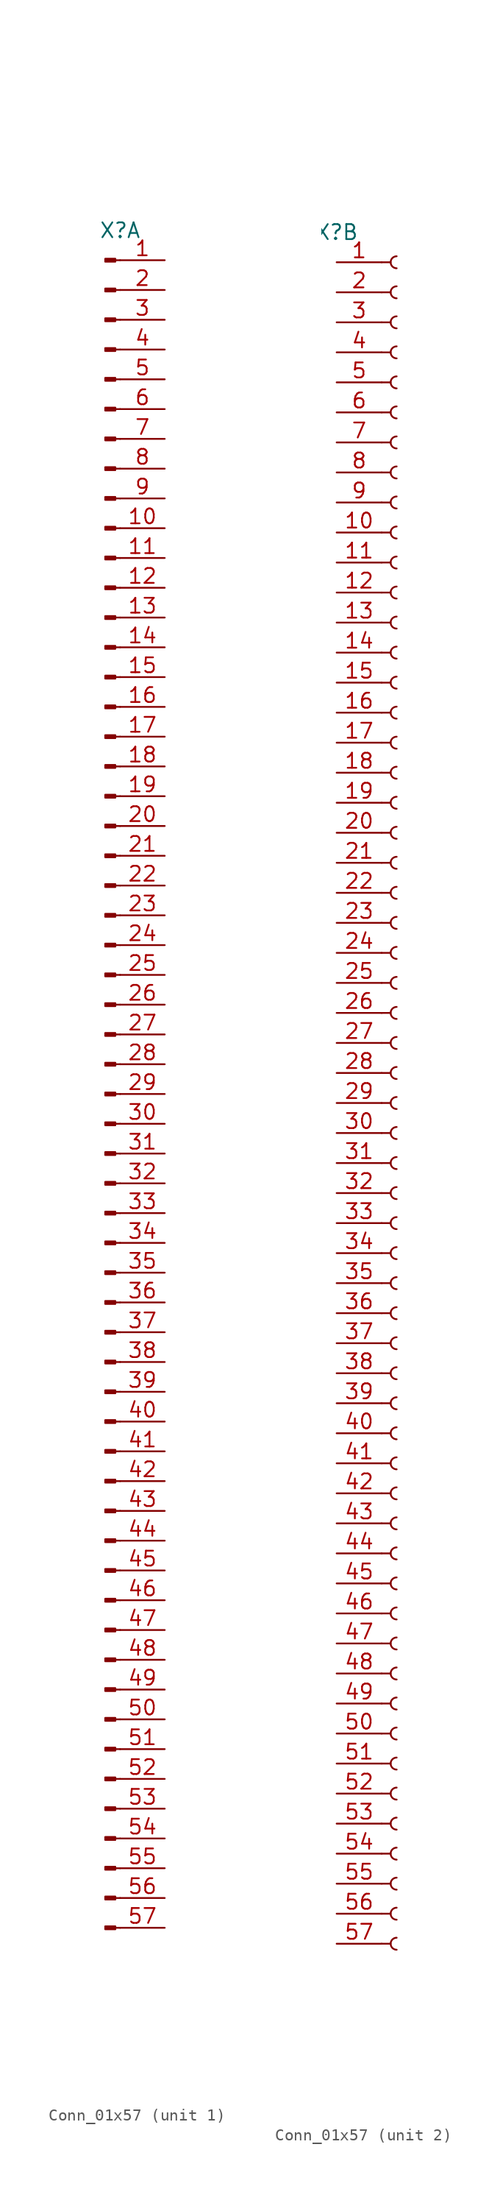
<source format=kicad_sym>
(kicad_symbol_lib
  (version 20241209)
  (generator "kicad_symbol_editor")
  (generator_version "9.0")
  (symbol "Conn_01x57"
    (pin_names
      (offset 1.016)
      (hide yes))
    (property "Reference" "X"
      (at 0 73.66 0)
      (effects (font (size 1.27 1.27))))
    (property "ki_locked" ""
      (at 0 0 0)
      (effects (font (size 1.27 1.27))))
    (symbol "Conn_01x57_1_1"
      (rectangle (start -0.406 71.247) (end -1.27 70.993) (stroke (width 0.152) (type default)) (fill (type outline)))
      (rectangle (start -0.406 68.707) (end -1.27 68.453) (stroke (width 0.152) (type default)) (fill (type outline)))
      (rectangle (start -0.406 66.167) (end -1.27 65.913) (stroke (width 0.152) (type default)) (fill (type outline)))
      (rectangle (start -0.406 63.627) (end -1.27 63.373) (stroke (width 0.152) (type default)) (fill (type outline)))
      (rectangle (start -0.406 61.087) (end -1.27 60.833) (stroke (width 0.152) (type default)) (fill (type outline)))
      (rectangle (start -0.406 58.547) (end -1.27 58.293) (stroke (width 0.152) (type default)) (fill (type outline)))
      (rectangle (start -0.406 56.007) (end -1.27 55.753) (stroke (width 0.152) (type default)) (fill (type outline)))
      (rectangle (start -0.406 53.467) (end -1.27 53.213) (stroke (width 0.152) (type default)) (fill (type outline)))
      (rectangle (start -0.406 50.927) (end -1.27 50.673) (stroke (width 0.152) (type default)) (fill (type outline)))
      (rectangle (start -0.406 48.387) (end -1.27 48.133) (stroke (width 0.152) (type default)) (fill (type outline)))
      (rectangle (start -0.406 45.847) (end -1.27 45.593) (stroke (width 0.152) (type default)) (fill (type outline)))
      (rectangle (start -0.406 43.307) (end -1.27 43.053) (stroke (width 0.152) (type default)) (fill (type outline)))
      (rectangle (start -0.406 40.767) (end -1.27 40.513) (stroke (width 0.152) (type default)) (fill (type outline)))
      (rectangle (start -0.406 38.227) (end -1.27 37.973) (stroke (width 0.152) (type default)) (fill (type outline)))
      (rectangle (start -0.406 35.687) (end -1.27 35.433) (stroke (width 0.152) (type default)) (fill (type outline)))
      (rectangle (start -0.406 33.147) (end -1.27 32.893) (stroke (width 0.152) (type default)) (fill (type outline)))
      (rectangle (start -0.406 30.607) (end -1.27 30.353) (stroke (width 0.152) (type default)) (fill (type outline)))
      (rectangle (start -0.406 28.067) (end -1.27 27.813) (stroke (width 0.152) (type default)) (fill (type outline)))
      (rectangle (start -0.406 25.527) (end -1.27 25.273) (stroke (width 0.152) (type default)) (fill (type outline)))
      (rectangle (start -0.406 22.987) (end -1.27 22.733) (stroke (width 0.152) (type default)) (fill (type outline)))
      (rectangle (start -0.406 20.447) (end -1.27 20.193) (stroke (width 0.152) (type default)) (fill (type outline)))
      (rectangle (start -0.406 17.907) (end -1.27 17.653) (stroke (width 0.152) (type default)) (fill (type outline)))
      (rectangle (start -0.406 15.367) (end -1.27 15.113) (stroke (width 0.152) (type default)) (fill (type outline)))
      (rectangle (start -0.406 12.827) (end -1.27 12.573) (stroke (width 0.152) (type default)) (fill (type outline)))
      (rectangle (start -0.406 10.287) (end -1.27 10.033) (stroke (width 0.152) (type default)) (fill (type outline)))
      (rectangle (start -0.406 7.747) (end -1.27 7.493) (stroke (width 0.152) (type default)) (fill (type outline)))
      (rectangle (start -0.406 5.207) (end -1.27 4.953) (stroke (width 0.152) (type default)) (fill (type outline)))
      (rectangle (start -0.406 2.667) (end -1.27 2.413) (stroke (width 0.152) (type default)) (fill (type outline)))
      (rectangle (start -0.406 0.127) (end -1.27 -0.127) (stroke (width 0.152) (type default)) (fill (type outline)))
      (rectangle (start -0.406 -2.413) (end -1.27 -2.667) (stroke (width 0.152) (type default)) (fill (type outline)))
      (rectangle (start -0.406 -4.953) (end -1.27 -5.207) (stroke (width 0.152) (type default)) (fill (type outline)))
      (rectangle (start -0.406 -7.493) (end -1.27 -7.747) (stroke (width 0.152) (type default)) (fill (type outline)))
      (rectangle (start -0.406 -10.033) (end -1.27 -10.287) (stroke (width 0.152) (type default)) (fill (type outline)))
      (rectangle (start -0.406 -12.573) (end -1.27 -12.827) (stroke (width 0.152) (type default)) (fill (type outline)))
      (rectangle (start -0.406 -15.113) (end -1.27 -15.367) (stroke (width 0.152) (type default)) (fill (type outline)))
      (rectangle (start -0.406 -17.653) (end -1.27 -17.907) (stroke (width 0.152) (type default)) (fill (type outline)))
      (rectangle (start -0.406 -20.193) (end -1.27 -20.447) (stroke (width 0.152) (type default)) (fill (type outline)))
      (rectangle (start -0.406 -22.733) (end -1.27 -22.987) (stroke (width 0.152) (type default)) (fill (type outline)))
      (rectangle (start -0.406 -25.273) (end -1.27 -25.527) (stroke (width 0.152) (type default)) (fill (type outline)))
      (rectangle (start -0.406 -27.813) (end -1.27 -28.067) (stroke (width 0.152) (type default)) (fill (type outline)))
      (rectangle (start -0.406 -30.353) (end -1.27 -30.607) (stroke (width 0.152) (type default)) (fill (type outline)))
      (rectangle (start -0.406 -32.893) (end -1.27 -33.147) (stroke (width 0.152) (type default)) (fill (type outline)))
      (rectangle (start -0.406 -35.433) (end -1.27 -35.687) (stroke (width 0.152) (type default)) (fill (type outline)))
      (rectangle (start -0.406 -37.973) (end -1.27 -38.227) (stroke (width 0.152) (type default)) (fill (type outline)))
      (rectangle (start -0.406 -40.513) (end -1.27 -40.767) (stroke (width 0.152) (type default)) (fill (type outline)))
      (rectangle (start -0.406 -43.053) (end -1.27 -43.307) (stroke (width 0.152) (type default)) (fill (type outline)))
      (rectangle (start -0.406 -45.593) (end -1.27 -45.847) (stroke (width 0.152) (type default)) (fill (type outline)))
      (rectangle (start -0.406 -48.133) (end -1.27 -48.387) (stroke (width 0.152) (type default)) (fill (type outline)))
      (rectangle (start -0.406 -50.673) (end -1.27 -50.927) (stroke (width 0.152) (type default)) (fill (type outline)))
      (rectangle (start -0.406 -53.213) (end -1.27 -53.467) (stroke (width 0.152) (type default)) (fill (type outline)))
      (rectangle (start -0.406 -55.753) (end -1.27 -56.007) (stroke (width 0.152) (type default)) (fill (type outline)))
      (rectangle (start -0.406 -58.293) (end -1.27 -58.547) (stroke (width 0.152) (type default)) (fill (type outline)))
      (rectangle (start -0.406 -60.833) (end -1.27 -61.087) (stroke (width 0.152) (type default)) (fill (type outline)))
      (rectangle (start -0.406 -63.373) (end -1.27 -63.627) (stroke (width 0.152) (type default)) (fill (type outline)))
      (rectangle (start -0.406 -65.913) (end -1.27 -66.167) (stroke (width 0.152) (type default)) (fill (type outline)))
      (rectangle (start -0.406 -68.453) (end -1.27 -68.707) (stroke (width 0.152) (type default)) (fill (type outline)))
      (rectangle (start -0.406 -70.993) (end -1.27 -71.247) (stroke (width 0.152) (type default)) (fill (type outline)))
      (polyline (pts (xy 0 71.12) (xy -0.406 71.12)) (stroke (width 0.152) (type default)) (fill (type none)))
      (polyline (pts (xy 0 68.58) (xy -0.406 68.58)) (stroke (width 0.152) (type default)) (fill (type none)))
      (polyline (pts (xy 0 66.04) (xy -0.406 66.04)) (stroke (width 0.152) (type default)) (fill (type none)))
      (polyline (pts (xy 0 63.5) (xy -0.406 63.5)) (stroke (width 0.152) (type default)) (fill (type none)))
      (polyline (pts (xy 0 60.96) (xy -0.406 60.96)) (stroke (width 0.152) (type default)) (fill (type none)))
      (polyline (pts (xy 0 58.42) (xy -0.406 58.42)) (stroke (width 0.152) (type default)) (fill (type none)))
      (polyline (pts (xy 0 55.88) (xy -0.406 55.88)) (stroke (width 0.152) (type default)) (fill (type none)))
      (polyline (pts (xy 0 53.34) (xy -0.406 53.34)) (stroke (width 0.152) (type default)) (fill (type none)))
      (polyline (pts (xy 0 50.8) (xy -0.406 50.8)) (stroke (width 0.152) (type default)) (fill (type none)))
      (polyline (pts (xy 0 48.26) (xy -0.406 48.26)) (stroke (width 0.152) (type default)) (fill (type none)))
      (polyline (pts (xy 0 45.72) (xy -0.406 45.72)) (stroke (width 0.152) (type default)) (fill (type none)))
      (polyline (pts (xy 0 43.18) (xy -0.406 43.18)) (stroke (width 0.152) (type default)) (fill (type none)))
      (polyline (pts (xy 0 40.64) (xy -0.406 40.64)) (stroke (width 0.152) (type default)) (fill (type none)))
      (polyline (pts (xy 0 38.1) (xy -0.406 38.1)) (stroke (width 0.152) (type default)) (fill (type none)))
      (polyline (pts (xy 0 35.56) (xy -0.406 35.56)) (stroke (width 0.152) (type default)) (fill (type none)))
      (polyline (pts (xy 0 33.02) (xy -0.406 33.02)) (stroke (width 0.152) (type default)) (fill (type none)))
      (polyline (pts (xy 0 30.48) (xy -0.406 30.48)) (stroke (width 0.152) (type default)) (fill (type none)))
      (polyline (pts (xy 0 27.94) (xy -0.406 27.94)) (stroke (width 0.152) (type default)) (fill (type none)))
      (polyline (pts (xy 0 25.4) (xy -0.406 25.4)) (stroke (width 0.152) (type default)) (fill (type none)))
      (polyline (pts (xy 0 22.86) (xy -0.406 22.86)) (stroke (width 0.152) (type default)) (fill (type none)))
      (polyline (pts (xy 0 20.32) (xy -0.406 20.32)) (stroke (width 0.152) (type default)) (fill (type none)))
      (polyline (pts (xy 0 17.78) (xy -0.406 17.78)) (stroke (width 0.152) (type default)) (fill (type none)))
      (polyline (pts (xy 0 15.24) (xy -0.406 15.24)) (stroke (width 0.152) (type default)) (fill (type none)))
      (polyline (pts (xy 0 12.7) (xy -0.406 12.7)) (stroke (width 0.152) (type default)) (fill (type none)))
      (polyline (pts (xy 0 10.16) (xy -0.406 10.16)) (stroke (width 0.152) (type default)) (fill (type none)))
      (polyline (pts (xy 0 7.62) (xy -0.406 7.62)) (stroke (width 0.152) (type default)) (fill (type none)))
      (polyline (pts (xy 0 5.08) (xy -0.406 5.08)) (stroke (width 0.152) (type default)) (fill (type none)))
      (polyline (pts (xy 0 2.54) (xy -0.406 2.54)) (stroke (width 0.152) (type default)) (fill (type none)))
      (polyline (pts (xy 0 0) (xy -0.406 0)) (stroke (width 0.152) (type default)) (fill (type none)))
      (polyline (pts (xy 0 -2.54) (xy -0.406 -2.54)) (stroke (width 0.152) (type default)) (fill (type none)))
      (polyline (pts (xy 0 -5.08) (xy -0.406 -5.08)) (stroke (width 0.152) (type default)) (fill (type none)))
      (polyline (pts (xy 0 -7.62) (xy -0.406 -7.62)) (stroke (width 0.152) (type default)) (fill (type none)))
      (polyline (pts (xy 0 -10.16) (xy -0.406 -10.16)) (stroke (width 0.152) (type default)) (fill (type none)))
      (polyline (pts (xy 0 -12.7) (xy -0.406 -12.7)) (stroke (width 0.152) (type default)) (fill (type none)))
      (polyline (pts (xy 0 -15.24) (xy -0.406 -15.24)) (stroke (width 0.152) (type default)) (fill (type none)))
      (polyline (pts (xy 0 -17.78) (xy -0.406 -17.78)) (stroke (width 0.152) (type default)) (fill (type none)))
      (polyline (pts (xy 0 -20.32) (xy -0.406 -20.32)) (stroke (width 0.152) (type default)) (fill (type none)))
      (polyline (pts (xy 0 -22.86) (xy -0.406 -22.86)) (stroke (width 0.152) (type default)) (fill (type none)))
      (polyline (pts (xy 0 -25.4) (xy -0.406 -25.4)) (stroke (width 0.152) (type default)) (fill (type none)))
      (polyline (pts (xy 0 -27.94) (xy -0.406 -27.94)) (stroke (width 0.152) (type default)) (fill (type none)))
      (polyline (pts (xy 0 -30.48) (xy -0.406 -30.48)) (stroke (width 0.152) (type default)) (fill (type none)))
      (polyline (pts (xy 0 -33.02) (xy -0.406 -33.02)) (stroke (width 0.152) (type default)) (fill (type none)))
      (polyline (pts (xy 0 -35.56) (xy -0.406 -35.56)) (stroke (width 0.152) (type default)) (fill (type none)))
      (polyline (pts (xy 0 -38.1) (xy -0.406 -38.1)) (stroke (width 0.152) (type default)) (fill (type none)))
      (polyline (pts (xy 0 -40.64) (xy -0.406 -40.64)) (stroke (width 0.152) (type default)) (fill (type none)))
      (polyline (pts (xy 0 -43.18) (xy -0.406 -43.18)) (stroke (width 0.152) (type default)) (fill (type none)))
      (polyline (pts (xy 0 -45.72) (xy -0.406 -45.72)) (stroke (width 0.152) (type default)) (fill (type none)))
      (polyline (pts (xy 0 -48.26) (xy -0.406 -48.26)) (stroke (width 0.152) (type default)) (fill (type none)))
      (polyline (pts (xy 0 -50.8) (xy -0.406 -50.8)) (stroke (width 0.152) (type default)) (fill (type none)))
      (polyline (pts (xy 0 -53.34) (xy -0.406 -53.34)) (stroke (width 0.152) (type default)) (fill (type none)))
      (polyline (pts (xy 0 -55.88) (xy -0.406 -55.88)) (stroke (width 0.152) (type default)) (fill (type none)))
      (polyline (pts (xy 0 -58.42) (xy -0.406 -58.42)) (stroke (width 0.152) (type default)) (fill (type none)))
      (polyline (pts (xy 0 -60.96) (xy -0.406 -60.96)) (stroke (width 0.152) (type default)) (fill (type none)))
      (polyline (pts (xy 0 -63.5) (xy -0.406 -63.5)) (stroke (width 0.152) (type default)) (fill (type none)))
      (polyline (pts (xy 0 -66.04) (xy -0.406 -66.04)) (stroke (width 0.152) (type default)) (fill (type none)))
      (polyline (pts (xy 0 -68.58) (xy -0.406 -68.58)) (stroke (width 0.152) (type default)) (fill (type none)))
      (polyline (pts (xy 0 -71.12) (xy -0.406 -71.12)) (stroke (width 0.152) (type default)) (fill (type none)))
      (pin passive line (at 3.81 71.12 180) (length 3.81) (name "Pin_1" (effects (font (size 1.27 1.27)))) (number "1" (effects (font (size 1.27 1.27)))))
      (pin passive line (at 3.81 68.58 180) (length 3.81) (name "Pin_2" (effects (font (size 1.27 1.27)))) (number "2" (effects (font (size 1.27 1.27)))))
      (pin passive line (at 3.81 66.04 180) (length 3.81) (name "Pin_3" (effects (font (size 1.27 1.27)))) (number "3" (effects (font (size 1.27 1.27)))))
      (pin passive line (at 3.81 63.5 180) (length 3.81) (name "Pin_4" (effects (font (size 1.27 1.27)))) (number "4" (effects (font (size 1.27 1.27)))))
      (pin passive line (at 3.81 60.96 180) (length 3.81) (name "Pin_5" (effects (font (size 1.27 1.27)))) (number "5" (effects (font (size 1.27 1.27)))))
      (pin passive line (at 3.81 58.42 180) (length 3.81) (name "Pin_6" (effects (font (size 1.27 1.27)))) (number "6" (effects (font (size 1.27 1.27)))))
      (pin passive line (at 3.81 55.88 180) (length 3.81) (name "Pin_7" (effects (font (size 1.27 1.27)))) (number "7" (effects (font (size 1.27 1.27)))))
      (pin passive line (at 3.81 53.34 180) (length 3.81) (name "Pin_8" (effects (font (size 1.27 1.27)))) (number "8" (effects (font (size 1.27 1.27)))))
      (pin passive line (at 3.81 50.8 180) (length 3.81) (name "Pin_9" (effects (font (size 1.27 1.27)))) (number "9" (effects (font (size 1.27 1.27)))))
      (pin passive line (at 3.81 48.26 180) (length 3.81) (name "Pin_10" (effects (font (size 1.27 1.27)))) (number "10" (effects (font (size 1.27 1.27)))))
      (pin passive line (at 3.81 45.72 180) (length 3.81) (name "Pin_11" (effects (font (size 1.27 1.27)))) (number "11" (effects (font (size 1.27 1.27)))))
      (pin passive line (at 3.81 43.18 180) (length 3.81) (name "Pin_12" (effects (font (size 1.27 1.27)))) (number "12" (effects (font (size 1.27 1.27)))))
      (pin passive line (at 3.81 40.64 180) (length 3.81) (name "Pin_13" (effects (font (size 1.27 1.27)))) (number "13" (effects (font (size 1.27 1.27)))))
      (pin passive line (at 3.81 38.1 180) (length 3.81) (name "Pin_14" (effects (font (size 1.27 1.27)))) (number "14" (effects (font (size 1.27 1.27)))))
      (pin passive line (at 3.81 35.56 180) (length 3.81) (name "Pin_15" (effects (font (size 1.27 1.27)))) (number "15" (effects (font (size 1.27 1.27)))))
      (pin passive line (at 3.81 33.02 180) (length 3.81) (name "Pin_16" (effects (font (size 1.27 1.27)))) (number "16" (effects (font (size 1.27 1.27)))))
      (pin passive line (at 3.81 30.48 180) (length 3.81) (name "Pin_17" (effects (font (size 1.27 1.27)))) (number "17" (effects (font (size 1.27 1.27)))))
      (pin passive line (at 3.81 27.94 180) (length 3.81) (name "Pin_18" (effects (font (size 1.27 1.27)))) (number "18" (effects (font (size 1.27 1.27)))))
      (pin passive line (at 3.81 25.4 180) (length 3.81) (name "Pin_19" (effects (font (size 1.27 1.27)))) (number "19" (effects (font (size 1.27 1.27)))))
      (pin passive line (at 3.81 22.86 180) (length 3.81) (name "Pin_20" (effects (font (size 1.27 1.27)))) (number "20" (effects (font (size 1.27 1.27)))))
      (pin passive line (at 3.81 20.32 180) (length 3.81) (name "Pin_21" (effects (font (size 1.27 1.27)))) (number "21" (effects (font (size 1.27 1.27)))))
      (pin passive line (at 3.81 17.78 180) (length 3.81) (name "Pin_22" (effects (font (size 1.27 1.27)))) (number "22" (effects (font (size 1.27 1.27)))))
      (pin passive line (at 3.81 15.24 180) (length 3.81) (name "Pin_23" (effects (font (size 1.27 1.27)))) (number "23" (effects (font (size 1.27 1.27)))))
      (pin passive line (at 3.81 12.7 180) (length 3.81) (name "Pin_24" (effects (font (size 1.27 1.27)))) (number "24" (effects (font (size 1.27 1.27)))))
      (pin passive line (at 3.81 10.16 180) (length 3.81) (name "Pin_25" (effects (font (size 1.27 1.27)))) (number "25" (effects (font (size 1.27 1.27)))))
      (pin passive line (at 3.81 7.62 180) (length 3.81) (name "Pin_26" (effects (font (size 1.27 1.27)))) (number "26" (effects (font (size 1.27 1.27)))))
      (pin passive line (at 3.81 5.08 180) (length 3.81) (name "Pin_27" (effects (font (size 1.27 1.27)))) (number "27" (effects (font (size 1.27 1.27)))))
      (pin passive line (at 3.81 2.54 180) (length 3.81) (name "Pin_28" (effects (font (size 1.27 1.27)))) (number "28" (effects (font (size 1.27 1.27)))))
      (pin passive line (at 3.81 0 180) (length 3.81) (name "Pin_29" (effects (font (size 1.27 1.27)))) (number "29" (effects (font (size 1.27 1.27)))))
      (pin passive line (at 3.81 -2.54 180) (length 3.81) (name "Pin_30" (effects (font (size 1.27 1.27)))) (number "30" (effects (font (size 1.27 1.27)))))
      (pin passive line (at 3.81 -5.08 180) (length 3.81) (name "Pin_31" (effects (font (size 1.27 1.27)))) (number "31" (effects (font (size 1.27 1.27)))))
      (pin passive line (at 3.81 -7.62 180) (length 3.81) (name "Pin_32" (effects (font (size 1.27 1.27)))) (number "32" (effects (font (size 1.27 1.27)))))
      (pin passive line (at 3.81 -10.16 180) (length 3.81) (name "Pin_33" (effects (font (size 1.27 1.27)))) (number "33" (effects (font (size 1.27 1.27)))))
      (pin passive line (at 3.81 -12.7 180) (length 3.81) (name "Pin_34" (effects (font (size 1.27 1.27)))) (number "34" (effects (font (size 1.27 1.27)))))
      (pin passive line (at 3.81 -15.24 180) (length 3.81) (name "Pin_35" (effects (font (size 1.27 1.27)))) (number "35" (effects (font (size 1.27 1.27)))))
      (pin passive line (at 3.81 -17.78 180) (length 3.81) (name "Pin_36" (effects (font (size 1.27 1.27)))) (number "36" (effects (font (size 1.27 1.27)))))
      (pin passive line (at 3.81 -20.32 180) (length 3.81) (name "Pin_37" (effects (font (size 1.27 1.27)))) (number "37" (effects (font (size 1.27 1.27)))))
      (pin passive line (at 3.81 -22.86 180) (length 3.81) (name "Pin_38" (effects (font (size 1.27 1.27)))) (number "38" (effects (font (size 1.27 1.27)))))
      (pin passive line (at 3.81 -25.4 180) (length 3.81) (name "Pin_39" (effects (font (size 1.27 1.27)))) (number "39" (effects (font (size 1.27 1.27)))))
      (pin passive line (at 3.81 -27.94 180) (length 3.81) (name "Pin_40" (effects (font (size 1.27 1.27)))) (number "40" (effects (font (size 1.27 1.27)))))
      (pin passive line (at 3.81 -30.48 180) (length 3.81) (name "Pin_41" (effects (font (size 1.27 1.27)))) (number "41" (effects (font (size 1.27 1.27)))))
      (pin passive line (at 3.81 -33.02 180) (length 3.81) (name "Pin_42" (effects (font (size 1.27 1.27)))) (number "42" (effects (font (size 1.27 1.27)))))
      (pin passive line (at 3.81 -35.56 180) (length 3.81) (name "Pin_43" (effects (font (size 1.27 1.27)))) (number "43" (effects (font (size 1.27 1.27)))))
      (pin passive line (at 3.81 -38.1 180) (length 3.81) (name "Pin_44" (effects (font (size 1.27 1.27)))) (number "44" (effects (font (size 1.27 1.27)))))
      (pin passive line (at 3.81 -40.64 180) (length 3.81) (name "Pin_45" (effects (font (size 1.27 1.27)))) (number "45" (effects (font (size 1.27 1.27)))))
      (pin passive line (at 3.81 -43.18 180) (length 3.81) (name "Pin_46" (effects (font (size 1.27 1.27)))) (number "46" (effects (font (size 1.27 1.27)))))
      (pin passive line (at 3.81 -45.72 180) (length 3.81) (name "Pin_47" (effects (font (size 1.27 1.27)))) (number "47" (effects (font (size 1.27 1.27)))))
      (pin passive line (at 3.81 -48.26 180) (length 3.81) (name "Pin_48" (effects (font (size 1.27 1.27)))) (number "48" (effects (font (size 1.27 1.27)))))
      (pin passive line (at 3.81 -50.8 180) (length 3.81) (name "Pin_49" (effects (font (size 1.27 1.27)))) (number "49" (effects (font (size 1.27 1.27)))))
      (pin passive line (at 3.81 -53.34 180) (length 3.81) (name "Pin_50" (effects (font (size 1.27 1.27)))) (number "50" (effects (font (size 1.27 1.27)))))
      (pin passive line (at 3.81 -55.88 180) (length 3.81) (name "Pin_51" (effects (font (size 1.27 1.27)))) (number "51" (effects (font (size 1.27 1.27)))))
      (pin passive line (at 3.81 -58.42 180) (length 3.81) (name "Pin_52" (effects (font (size 1.27 1.27)))) (number "52" (effects (font (size 1.27 1.27)))))
      (pin passive line (at 3.81 -60.96 180) (length 3.81) (name "Pin_53" (effects (font (size 1.27 1.27)))) (number "53" (effects (font (size 1.27 1.27)))))
      (pin passive line (at 3.81 -63.5 180) (length 3.81) (name "Pin_54" (effects (font (size 1.27 1.27)))) (number "54" (effects (font (size 1.27 1.27)))))
      (pin passive line (at 3.81 -66.04 180) (length 3.81) (name "Pin_55" (effects (font (size 1.27 1.27)))) (number "55" (effects (font (size 1.27 1.27)))))
      (pin passive line (at 3.81 -68.58 180) (length 3.81) (name "Pin_56" (effects (font (size 1.27 1.27)))) (number "56" (effects (font (size 1.27 1.27)))))
      (pin passive line (at 3.81 -71.12 180) (length 3.81) (name "Pin_57" (effects (font (size 1.27 1.27)))) (number "57" (effects (font (size 1.27 1.27))))))
    (symbol "Conn_01x57_2_1"
      (polyline (pts (xy 3.81 71.12) (xy 4.572 71.12)) (stroke (width 0.152) (type default)) (fill (type none)))
      (polyline (pts (xy 3.81 68.58) (xy 4.572 68.58)) (stroke (width 0.152) (type default)) (fill (type none)))
      (polyline (pts (xy 3.81 66.04) (xy 4.572 66.04)) (stroke (width 0.152) (type default)) (fill (type none)))
      (polyline (pts (xy 3.81 63.5) (xy 4.572 63.5)) (stroke (width 0.152) (type default)) (fill (type none)))
      (polyline (pts (xy 3.81 60.96) (xy 4.572 60.96)) (stroke (width 0.152) (type default)) (fill (type none)))
      (polyline (pts (xy 3.81 58.42) (xy 4.572 58.42)) (stroke (width 0.152) (type default)) (fill (type none)))
      (polyline (pts (xy 3.81 55.88) (xy 4.572 55.88)) (stroke (width 0.152) (type default)) (fill (type none)))
      (polyline (pts (xy 3.81 53.34) (xy 4.572 53.34)) (stroke (width 0.152) (type default)) (fill (type none)))
      (polyline (pts (xy 3.81 50.8) (xy 4.572 50.8)) (stroke (width 0.152) (type default)) (fill (type none)))
      (polyline (pts (xy 3.81 48.26) (xy 4.572 48.26)) (stroke (width 0.152) (type default)) (fill (type none)))
      (polyline (pts (xy 3.81 45.72) (xy 4.572 45.72)) (stroke (width 0.152) (type default)) (fill (type none)))
      (polyline (pts (xy 3.81 43.18) (xy 4.572 43.18)) (stroke (width 0.152) (type default)) (fill (type none)))
      (polyline (pts (xy 3.81 40.64) (xy 4.572 40.64)) (stroke (width 0.152) (type default)) (fill (type none)))
      (polyline (pts (xy 3.81 38.1) (xy 4.572 38.1)) (stroke (width 0.152) (type default)) (fill (type none)))
      (polyline (pts (xy 3.81 35.56) (xy 4.572 35.56)) (stroke (width 0.152) (type default)) (fill (type none)))
      (polyline (pts (xy 3.81 33.02) (xy 4.572 33.02)) (stroke (width 0.152) (type default)) (fill (type none)))
      (polyline (pts (xy 3.81 30.48) (xy 4.572 30.48)) (stroke (width 0.152) (type default)) (fill (type none)))
      (polyline (pts (xy 3.81 27.94) (xy 4.572 27.94)) (stroke (width 0.152) (type default)) (fill (type none)))
      (polyline (pts (xy 3.81 25.4) (xy 4.572 25.4)) (stroke (width 0.152) (type default)) (fill (type none)))
      (polyline (pts (xy 3.81 22.86) (xy 4.572 22.86)) (stroke (width 0.152) (type default)) (fill (type none)))
      (polyline (pts (xy 3.81 20.32) (xy 4.572 20.32)) (stroke (width 0.152) (type default)) (fill (type none)))
      (polyline (pts (xy 3.81 17.78) (xy 4.572 17.78)) (stroke (width 0.152) (type default)) (fill (type none)))
      (polyline (pts (xy 3.81 15.24) (xy 4.572 15.24)) (stroke (width 0.152) (type default)) (fill (type none)))
      (polyline (pts (xy 3.81 12.7) (xy 4.572 12.7)) (stroke (width 0.152) (type default)) (fill (type none)))
      (polyline (pts (xy 3.81 10.16) (xy 4.572 10.16)) (stroke (width 0.152) (type default)) (fill (type none)))
      (polyline (pts (xy 3.81 7.62) (xy 4.572 7.62)) (stroke (width 0.152) (type default)) (fill (type none)))
      (polyline (pts (xy 3.81 5.08) (xy 4.572 5.08)) (stroke (width 0.152) (type default)) (fill (type none)))
      (polyline (pts (xy 3.81 2.54) (xy 4.572 2.54)) (stroke (width 0.152) (type default)) (fill (type none)))
      (polyline (pts (xy 3.81 0) (xy 4.572 0)) (stroke (width 0.152) (type default)) (fill (type none)))
      (polyline (pts (xy 3.81 -2.54) (xy 4.572 -2.54)) (stroke (width 0.152) (type default)) (fill (type none)))
      (polyline (pts (xy 3.81 -5.08) (xy 4.572 -5.08)) (stroke (width 0.152) (type default)) (fill (type none)))
      (polyline (pts (xy 3.81 -7.62) (xy 4.572 -7.62)) (stroke (width 0.152) (type default)) (fill (type none)))
      (polyline (pts (xy 3.81 -10.16) (xy 4.572 -10.16)) (stroke (width 0.152) (type default)) (fill (type none)))
      (polyline (pts (xy 3.81 -12.7) (xy 4.572 -12.7)) (stroke (width 0.152) (type default)) (fill (type none)))
      (polyline (pts (xy 3.81 -15.24) (xy 4.572 -15.24)) (stroke (width 0.152) (type default)) (fill (type none)))
      (polyline (pts (xy 3.81 -17.78) (xy 4.572 -17.78)) (stroke (width 0.152) (type default)) (fill (type none)))
      (polyline (pts (xy 3.81 -20.32) (xy 4.572 -20.32)) (stroke (width 0.152) (type default)) (fill (type none)))
      (polyline (pts (xy 3.81 -22.86) (xy 4.572 -22.86)) (stroke (width 0.152) (type default)) (fill (type none)))
      (polyline (pts (xy 3.81 -25.4) (xy 4.572 -25.4)) (stroke (width 0.152) (type default)) (fill (type none)))
      (polyline (pts (xy 3.81 -27.94) (xy 4.572 -27.94)) (stroke (width 0.152) (type default)) (fill (type none)))
      (polyline (pts (xy 3.81 -30.48) (xy 4.572 -30.48)) (stroke (width 0.152) (type default)) (fill (type none)))
      (polyline (pts (xy 3.81 -33.02) (xy 4.572 -33.02)) (stroke (width 0.152) (type default)) (fill (type none)))
      (polyline (pts (xy 3.81 -35.56) (xy 4.572 -35.56)) (stroke (width 0.152) (type default)) (fill (type none)))
      (polyline (pts (xy 3.81 -38.1) (xy 4.572 -38.1)) (stroke (width 0.152) (type default)) (fill (type none)))
      (polyline (pts (xy 3.81 -40.64) (xy 4.572 -40.64)) (stroke (width 0.152) (type default)) (fill (type none)))
      (polyline (pts (xy 3.81 -43.18) (xy 4.572 -43.18)) (stroke (width 0.152) (type default)) (fill (type none)))
      (polyline (pts (xy 3.81 -45.72) (xy 4.572 -45.72)) (stroke (width 0.152) (type default)) (fill (type none)))
      (polyline (pts (xy 3.81 -48.26) (xy 4.572 -48.26)) (stroke (width 0.152) (type default)) (fill (type none)))
      (polyline (pts (xy 3.81 -50.8) (xy 4.572 -50.8)) (stroke (width 0.152) (type default)) (fill (type none)))
      (polyline (pts (xy 3.81 -53.34) (xy 4.572 -53.34)) (stroke (width 0.152) (type default)) (fill (type none)))
      (polyline (pts (xy 3.81 -55.88) (xy 4.572 -55.88)) (stroke (width 0.152) (type default)) (fill (type none)))
      (polyline (pts (xy 3.81 -58.42) (xy 4.572 -58.42)) (stroke (width 0.152) (type default)) (fill (type none)))
      (polyline (pts (xy 3.81 -60.96) (xy 4.572 -60.96)) (stroke (width 0.152) (type default)) (fill (type none)))
      (polyline (pts (xy 3.81 -63.5) (xy 4.572 -63.5)) (stroke (width 0.152) (type default)) (fill (type none)))
      (polyline (pts (xy 3.81 -66.04) (xy 4.572 -66.04)) (stroke (width 0.152) (type default)) (fill (type none)))
      (polyline (pts (xy 3.81 -68.58) (xy 4.572 -68.58)) (stroke (width 0.152) (type default)) (fill (type none)))
      (polyline (pts (xy 3.81 -71.12) (xy 4.572 -71.12)) (stroke (width 0.152) (type default)) (fill (type none)))
      (arc (start 5.08 70.612) (mid 4.5742 71.12) (end 5.08 71.628) (stroke (width 0.1524) (type default)) (fill (type none)))
      (arc (start 5.08 68.072) (mid 4.5742 68.58) (end 5.08 69.088) (stroke (width 0.1524) (type default)) (fill (type none)))
      (arc (start 5.08 65.532) (mid 4.5742 66.04) (end 5.08 66.548) (stroke (width 0.1524) (type default)) (fill (type none)))
      (arc (start 5.08 62.992) (mid 4.5742 63.5) (end 5.08 64.008) (stroke (width 0.1524) (type default)) (fill (type none)))
      (arc (start 5.08 60.452) (mid 4.5742 60.96) (end 5.08 61.468) (stroke (width 0.1524) (type default)) (fill (type none)))
      (arc (start 5.08 57.912) (mid 4.5742 58.42) (end 5.08 58.928) (stroke (width 0.1524) (type default)) (fill (type none)))
      (arc (start 5.08 55.372) (mid 4.5742 55.88) (end 5.08 56.388) (stroke (width 0.1524) (type default)) (fill (type none)))
      (arc (start 5.08 52.832) (mid 4.5742 53.34) (end 5.08 53.848) (stroke (width 0.1524) (type default)) (fill (type none)))
      (arc (start 5.08 50.292) (mid 4.5742 50.8) (end 5.08 51.308) (stroke (width 0.1524) (type default)) (fill (type none)))
      (arc (start 5.08 47.752) (mid 4.5742 48.26) (end 5.08 48.768) (stroke (width 0.1524) (type default)) (fill (type none)))
      (arc (start 5.08 45.212) (mid 4.5742 45.72) (end 5.08 46.228) (stroke (width 0.1524) (type default)) (fill (type none)))
      (arc (start 5.08 42.672) (mid 4.5742 43.18) (end 5.08 43.688) (stroke (width 0.1524) (type default)) (fill (type none)))
      (arc (start 5.08 40.132) (mid 4.5742 40.64) (end 5.08 41.148) (stroke (width 0.1524) (type default)) (fill (type none)))
      (arc (start 5.08 37.592) (mid 4.5742 38.1) (end 5.08 38.608) (stroke (width 0.1524) (type default)) (fill (type none)))
      (arc (start 5.08 35.052) (mid 4.5742 35.56) (end 5.08 36.068) (stroke (width 0.1524) (type default)) (fill (type none)))
      (arc (start 5.08 32.512) (mid 4.5742 33.02) (end 5.08 33.528) (stroke (width 0.1524) (type default)) (fill (type none)))
      (arc (start 5.08 29.972) (mid 4.5742 30.48) (end 5.08 30.988) (stroke (width 0.1524) (type default)) (fill (type none)))
      (arc (start 5.08 27.432) (mid 4.5742 27.94) (end 5.08 28.448) (stroke (width 0.1524) (type default)) (fill (type none)))
      (arc (start 5.08 24.892) (mid 4.5742 25.4) (end 5.08 25.908) (stroke (width 0.1524) (type default)) (fill (type none)))
      (arc (start 5.08 22.352) (mid 4.5742 22.86) (end 5.08 23.368) (stroke (width 0.1524) (type default)) (fill (type none)))
      (arc (start 5.08 19.812) (mid 4.5742 20.32) (end 5.08 20.828) (stroke (width 0.1524) (type default)) (fill (type none)))
      (arc (start 5.08 17.272) (mid 4.5742 17.78) (end 5.08 18.288) (stroke (width 0.1524) (type default)) (fill (type none)))
      (arc (start 5.08 14.732) (mid 4.5742 15.24) (end 5.08 15.748) (stroke (width 0.1524) (type default)) (fill (type none)))
      (arc (start 5.08 12.192) (mid 4.5742 12.7) (end 5.08 13.208) (stroke (width 0.1524) (type default)) (fill (type none)))
      (arc (start 5.08 9.652) (mid 4.5742 10.16) (end 5.08 10.668) (stroke (width 0.1524) (type default)) (fill (type none)))
      (arc (start 5.08 7.112) (mid 4.5742 7.62) (end 5.08 8.128) (stroke (width 0.1524) (type default)) (fill (type none)))
      (arc (start 5.08 4.572) (mid 4.5742 5.08) (end 5.08 5.588) (stroke (width 0.1524) (type default)) (fill (type none)))
      (arc (start 5.08 2.032) (mid 4.5742 2.54) (end 5.08 3.048) (stroke (width 0.1524) (type default)) (fill (type none)))
      (arc (start 5.08 -0.508) (mid 4.5742 0) (end 5.08 0.508) (stroke (width 0.1524) (type default)) (fill (type none)))
      (arc (start 5.08 -3.048) (mid 4.5742 -2.54) (end 5.08 -2.032) (stroke (width 0.1524) (type default)) (fill (type none)))
      (arc (start 5.08 -5.588) (mid 4.5742 -5.08) (end 5.08 -4.572) (stroke (width 0.1524) (type default)) (fill (type none)))
      (arc (start 5.08 -8.128) (mid 4.5742 -7.62) (end 5.08 -7.112) (stroke (width 0.1524) (type default)) (fill (type none)))
      (arc (start 5.08 -10.668) (mid 4.5742 -10.16) (end 5.08 -9.652) (stroke (width 0.1524) (type default)) (fill (type none)))
      (arc (start 5.08 -13.208) (mid 4.5742 -12.7) (end 5.08 -12.192) (stroke (width 0.1524) (type default)) (fill (type none)))
      (arc (start 5.08 -15.748) (mid 4.5742 -15.24) (end 5.08 -14.732) (stroke (width 0.1524) (type default)) (fill (type none)))
      (arc (start 5.08 -18.288) (mid 4.5742 -17.78) (end 5.08 -17.272) (stroke (width 0.1524) (type default)) (fill (type none)))
      (arc (start 5.08 -20.828) (mid 4.5742 -20.32) (end 5.08 -19.812) (stroke (width 0.1524) (type default)) (fill (type none)))
      (arc (start 5.08 -23.368) (mid 4.5742 -22.86) (end 5.08 -22.352) (stroke (width 0.1524) (type default)) (fill (type none)))
      (arc (start 5.08 -25.908) (mid 4.5742 -25.4) (end 5.08 -24.892) (stroke (width 0.1524) (type default)) (fill (type none)))
      (arc (start 5.08 -28.448) (mid 4.5742 -27.94) (end 5.08 -27.432) (stroke (width 0.1524) (type default)) (fill (type none)))
      (arc (start 5.08 -30.988) (mid 4.5742 -30.48) (end 5.08 -29.972) (stroke (width 0.1524) (type default)) (fill (type none)))
      (arc (start 5.08 -33.528) (mid 4.5742 -33.02) (end 5.08 -32.512) (stroke (width 0.1524) (type default)) (fill (type none)))
      (arc (start 5.08 -36.068) (mid 4.5742 -35.56) (end 5.08 -35.052) (stroke (width 0.1524) (type default)) (fill (type none)))
      (arc (start 5.08 -38.608) (mid 4.5742 -38.1) (end 5.08 -37.592) (stroke (width 0.1524) (type default)) (fill (type none)))
      (arc (start 5.08 -41.148) (mid 4.5742 -40.64) (end 5.08 -40.132) (stroke (width 0.1524) (type default)) (fill (type none)))
      (arc (start 5.08 -43.688) (mid 4.5742 -43.18) (end 5.08 -42.672) (stroke (width 0.1524) (type default)) (fill (type none)))
      (arc (start 5.08 -46.228) (mid 4.5742 -45.72) (end 5.08 -45.212) (stroke (width 0.1524) (type default)) (fill (type none)))
      (arc (start 5.08 -48.768) (mid 4.5742 -48.26) (end 5.08 -47.752) (stroke (width 0.1524) (type default)) (fill (type none)))
      (arc (start 5.08 -51.308) (mid 4.5742 -50.8) (end 5.08 -50.292) (stroke (width 0.1524) (type default)) (fill (type none)))
      (arc (start 5.08 -53.848) (mid 4.5742 -53.34) (end 5.08 -52.832) (stroke (width 0.1524) (type default)) (fill (type none)))
      (arc (start 5.08 -56.388) (mid 4.5742 -55.88) (end 5.08 -55.372) (stroke (width 0.1524) (type default)) (fill (type none)))
      (arc (start 5.08 -58.928) (mid 4.5742 -58.42) (end 5.08 -57.912) (stroke (width 0.1524) (type default)) (fill (type none)))
      (arc (start 5.08 -61.468) (mid 4.5742 -60.96) (end 5.08 -60.452) (stroke (width 0.1524) (type default)) (fill (type none)))
      (arc (start 5.08 -64.008) (mid 4.5742 -63.5) (end 5.08 -62.992) (stroke (width 0.1524) (type default)) (fill (type none)))
      (arc (start 5.08 -66.548) (mid 4.5742 -66.04) (end 5.08 -65.532) (stroke (width 0.1524) (type default)) (fill (type none)))
      (arc (start 5.08 -69.088) (mid 4.5742 -68.58) (end 5.08 -68.072) (stroke (width 0.1524) (type default)) (fill (type none)))
      (arc (start 5.08 -71.628) (mid 4.5742 -71.12) (end 5.08 -70.612) (stroke (width 0.1524) (type default)) (fill (type none)))
      (pin passive line (at 0 71.12 0) (length 3.81) (name "Pin_1" (effects (font (size 1.27 1.27)))) (number "1" (effects (font (size 1.27 1.27)))))
      (pin passive line (at 0 68.58 0) (length 3.81) (name "Pin_2" (effects (font (size 1.27 1.27)))) (number "2" (effects (font (size 1.27 1.27)))))
      (pin passive line (at 0 66.04 0) (length 3.81) (name "Pin_3" (effects (font (size 1.27 1.27)))) (number "3" (effects (font (size 1.27 1.27)))))
      (pin passive line (at 0 63.5 0) (length 3.81) (name "Pin_4" (effects (font (size 1.27 1.27)))) (number "4" (effects (font (size 1.27 1.27)))))
      (pin passive line (at 0 60.96 0) (length 3.81) (name "Pin_5" (effects (font (size 1.27 1.27)))) (number "5" (effects (font (size 1.27 1.27)))))
      (pin passive line (at 0 58.42 0) (length 3.81) (name "Pin_6" (effects (font (size 1.27 1.27)))) (number "6" (effects (font (size 1.27 1.27)))))
      (pin passive line (at 0 55.88 0) (length 3.81) (name "Pin_7" (effects (font (size 1.27 1.27)))) (number "7" (effects (font (size 1.27 1.27)))))
      (pin passive line (at 0 53.34 0) (length 3.81) (name "Pin_8" (effects (font (size 1.27 1.27)))) (number "8" (effects (font (size 1.27 1.27)))))
      (pin passive line (at 0 50.8 0) (length 3.81) (name "Pin_9" (effects (font (size 1.27 1.27)))) (number "9" (effects (font (size 1.27 1.27)))))
      (pin passive line (at 0 48.26 0) (length 3.81) (name "Pin_10" (effects (font (size 1.27 1.27)))) (number "10" (effects (font (size 1.27 1.27)))))
      (pin passive line (at 0 45.72 0) (length 3.81) (name "Pin_11" (effects (font (size 1.27 1.27)))) (number "11" (effects (font (size 1.27 1.27)))))
      (pin passive line (at 0 43.18 0) (length 3.81) (name "Pin_12" (effects (font (size 1.27 1.27)))) (number "12" (effects (font (size 1.27 1.27)))))
      (pin passive line (at 0 40.64 0) (length 3.81) (name "Pin_13" (effects (font (size 1.27 1.27)))) (number "13" (effects (font (size 1.27 1.27)))))
      (pin passive line (at 0 38.1 0) (length 3.81) (name "Pin_14" (effects (font (size 1.27 1.27)))) (number "14" (effects (font (size 1.27 1.27)))))
      (pin passive line (at 0 35.56 0) (length 3.81) (name "Pin_15" (effects (font (size 1.27 1.27)))) (number "15" (effects (font (size 1.27 1.27)))))
      (pin passive line (at 0 33.02 0) (length 3.81) (name "Pin_16" (effects (font (size 1.27 1.27)))) (number "16" (effects (font (size 1.27 1.27)))))
      (pin passive line (at 0 30.48 0) (length 3.81) (name "Pin_17" (effects (font (size 1.27 1.27)))) (number "17" (effects (font (size 1.27 1.27)))))
      (pin passive line (at 0 27.94 0) (length 3.81) (name "Pin_18" (effects (font (size 1.27 1.27)))) (number "18" (effects (font (size 1.27 1.27)))))
      (pin passive line (at 0 25.4 0) (length 3.81) (name "Pin_19" (effects (font (size 1.27 1.27)))) (number "19" (effects (font (size 1.27 1.27)))))
      (pin passive line (at 0 22.86 0) (length 3.81) (name "Pin_20" (effects (font (size 1.27 1.27)))) (number "20" (effects (font (size 1.27 1.27)))))
      (pin passive line (at 0 20.32 0) (length 3.81) (name "Pin_21" (effects (font (size 1.27 1.27)))) (number "21" (effects (font (size 1.27 1.27)))))
      (pin passive line (at 0 17.78 0) (length 3.81) (name "Pin_22" (effects (font (size 1.27 1.27)))) (number "22" (effects (font (size 1.27 1.27)))))
      (pin passive line (at 0 15.24 0) (length 3.81) (name "Pin_23" (effects (font (size 1.27 1.27)))) (number "23" (effects (font (size 1.27 1.27)))))
      (pin passive line (at 0 12.7 0) (length 3.81) (name "Pin_24" (effects (font (size 1.27 1.27)))) (number "24" (effects (font (size 1.27 1.27)))))
      (pin passive line (at 0 10.16 0) (length 3.81) (name "Pin_25" (effects (font (size 1.27 1.27)))) (number "25" (effects (font (size 1.27 1.27)))))
      (pin passive line (at 0 7.62 0) (length 3.81) (name "Pin_26" (effects (font (size 1.27 1.27)))) (number "26" (effects (font (size 1.27 1.27)))))
      (pin passive line (at 0 5.08 0) (length 3.81) (name "Pin_27" (effects (font (size 1.27 1.27)))) (number "27" (effects (font (size 1.27 1.27)))))
      (pin passive line (at 0 2.54 0) (length 3.81) (name "Pin_28" (effects (font (size 1.27 1.27)))) (number "28" (effects (font (size 1.27 1.27)))))
      (pin passive line (at 0 0 0) (length 3.81) (name "Pin_29" (effects (font (size 1.27 1.27)))) (number "29" (effects (font (size 1.27 1.27)))))
      (pin passive line (at 0 -2.54 0) (length 3.81) (name "Pin_30" (effects (font (size 1.27 1.27)))) (number "30" (effects (font (size 1.27 1.27)))))
      (pin passive line (at 0 -5.08 0) (length 3.81) (name "Pin_31" (effects (font (size 1.27 1.27)))) (number "31" (effects (font (size 1.27 1.27)))))
      (pin passive line (at 0 -7.62 0) (length 3.81) (name "Pin_32" (effects (font (size 1.27 1.27)))) (number "32" (effects (font (size 1.27 1.27)))))
      (pin passive line (at 0 -10.16 0) (length 3.81) (name "Pin_33" (effects (font (size 1.27 1.27)))) (number "33" (effects (font (size 1.27 1.27)))))
      (pin passive line (at 0 -12.7 0) (length 3.81) (name "Pin_34" (effects (font (size 1.27 1.27)))) (number "34" (effects (font (size 1.27 1.27)))))
      (pin passive line (at 0 -15.24 0) (length 3.81) (name "Pin_35" (effects (font (size 1.27 1.27)))) (number "35" (effects (font (size 1.27 1.27)))))
      (pin passive line (at 0 -17.78 0) (length 3.81) (name "Pin_36" (effects (font (size 1.27 1.27)))) (number "36" (effects (font (size 1.27 1.27)))))
      (pin passive line (at 0 -20.32 0) (length 3.81) (name "Pin_37" (effects (font (size 1.27 1.27)))) (number "37" (effects (font (size 1.27 1.27)))))
      (pin passive line (at 0 -22.86 0) (length 3.81) (name "Pin_38" (effects (font (size 1.27 1.27)))) (number "38" (effects (font (size 1.27 1.27)))))
      (pin passive line (at 0 -25.4 0) (length 3.81) (name "Pin_39" (effects (font (size 1.27 1.27)))) (number "39" (effects (font (size 1.27 1.27)))))
      (pin passive line (at 0 -27.94 0) (length 3.81) (name "Pin_40" (effects (font (size 1.27 1.27)))) (number "40" (effects (font (size 1.27 1.27)))))
      (pin passive line (at 0 -30.48 0) (length 3.81) (name "Pin_41" (effects (font (size 1.27 1.27)))) (number "41" (effects (font (size 1.27 1.27)))))
      (pin passive line (at 0 -33.02 0) (length 3.81) (name "Pin_42" (effects (font (size 1.27 1.27)))) (number "42" (effects (font (size 1.27 1.27)))))
      (pin passive line (at 0 -35.56 0) (length 3.81) (name "Pin_43" (effects (font (size 1.27 1.27)))) (number "43" (effects (font (size 1.27 1.27)))))
      (pin passive line (at 0 -38.1 0) (length 3.81) (name "Pin_44" (effects (font (size 1.27 1.27)))) (number "44" (effects (font (size 1.27 1.27)))))
      (pin passive line (at 0 -40.64 0) (length 3.81) (name "Pin_45" (effects (font (size 1.27 1.27)))) (number "45" (effects (font (size 1.27 1.27)))))
      (pin passive line (at 0 -43.18 0) (length 3.81) (name "Pin_46" (effects (font (size 1.27 1.27)))) (number "46" (effects (font (size 1.27 1.27)))))
      (pin passive line (at 0 -45.72 0) (length 3.81) (name "Pin_47" (effects (font (size 1.27 1.27)))) (number "47" (effects (font (size 1.27 1.27)))))
      (pin passive line (at 0 -48.26 0) (length 3.81) (name "Pin_48" (effects (font (size 1.27 1.27)))) (number "48" (effects (font (size 1.27 1.27)))))
      (pin passive line (at 0 -50.8 0) (length 3.81) (name "Pin_49" (effects (font (size 1.27 1.27)))) (number "49" (effects (font (size 1.27 1.27)))))
      (pin passive line (at 0 -53.34 0) (length 3.81) (name "Pin_50" (effects (font (size 1.27 1.27)))) (number "50" (effects (font (size 1.27 1.27)))))
      (pin passive line (at 0 -55.88 0) (length 3.81) (name "Pin_51" (effects (font (size 1.27 1.27)))) (number "51" (effects (font (size 1.27 1.27)))))
      (pin passive line (at 0 -58.42 0) (length 3.81) (name "Pin_52" (effects (font (size 1.27 1.27)))) (number "52" (effects (font (size 1.27 1.27)))))
      (pin passive line (at 0 -60.96 0) (length 3.81) (name "Pin_53" (effects (font (size 1.27 1.27)))) (number "53" (effects (font (size 1.27 1.27)))))
      (pin passive line (at 0 -63.5 0) (length 3.81) (name "Pin_54" (effects (font (size 1.27 1.27)))) (number "54" (effects (font (size 1.27 1.27)))))
      (pin passive line (at 0 -66.04 0) (length 3.81) (name "Pin_55" (effects (font (size 1.27 1.27)))) (number "55" (effects (font (size 1.27 1.27)))))
      (pin passive line (at 0 -68.58 0) (length 3.81) (name "Pin_56" (effects (font (size 1.27 1.27)))) (number "56" (effects (font (size 1.27 1.27)))))
      (pin passive line (at 0 -71.12 0) (length 3.81) (name "Pin_57" (effects (font (size 1.27 1.27)))) (number "57" (effects (font (size 1.27 1.27))))))))
</source>
